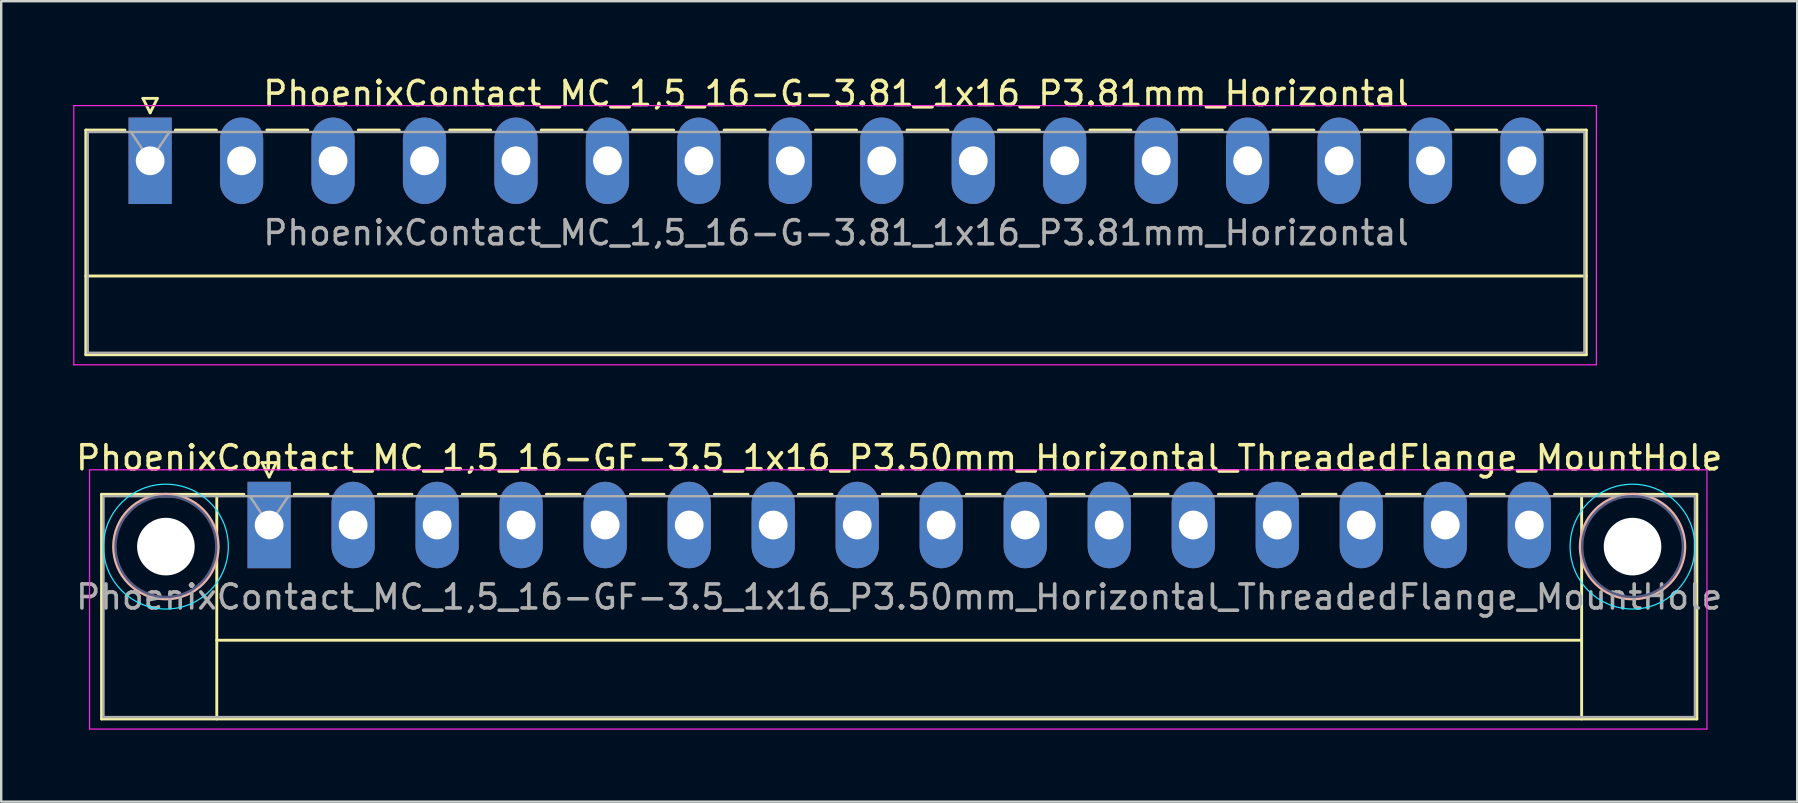
<source format=kicad_pcb>
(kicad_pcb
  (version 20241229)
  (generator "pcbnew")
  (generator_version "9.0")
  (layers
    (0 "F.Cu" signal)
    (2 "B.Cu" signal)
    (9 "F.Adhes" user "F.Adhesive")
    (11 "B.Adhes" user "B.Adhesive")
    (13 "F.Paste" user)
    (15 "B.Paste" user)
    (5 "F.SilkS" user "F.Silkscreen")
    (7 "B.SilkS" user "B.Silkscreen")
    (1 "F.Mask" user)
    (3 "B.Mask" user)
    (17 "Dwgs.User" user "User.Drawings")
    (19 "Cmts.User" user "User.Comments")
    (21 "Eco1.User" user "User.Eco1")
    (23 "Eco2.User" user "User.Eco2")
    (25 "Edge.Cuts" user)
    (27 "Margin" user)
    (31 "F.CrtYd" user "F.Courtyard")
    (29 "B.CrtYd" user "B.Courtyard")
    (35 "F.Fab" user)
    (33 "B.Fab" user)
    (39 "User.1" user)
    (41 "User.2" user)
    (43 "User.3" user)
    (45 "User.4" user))
  (footprint "PhoenixContact_MC_1,5_16-G-3.81_1x16_P3.81mm_Horizontal"
    (layer "F.Cu")
    (at 3.205 3.648)
    (property "Reference" "PhoenixContact_MC_1,5_16-G-3.81_1x16_P3.81mm_Horizontal" (at 28.575 -2.8 0) (layer "F.SilkS") (effects (font (size 1 1) (thickness 0.15))))
    (attr through_hole)
    (fp_line (start -2.68 -1.28) (end -2.68 8.08) (stroke (width 0.12) (type solid)) (layer "F.SilkS"))
    (fp_line (start -2.68 -1.28) (end -1.05 -1.28) (stroke (width 0.12) (type solid)) (layer "F.SilkS"))
    (fp_line (start -2.68 4.8) (end 59.83 4.8) (stroke (width 0.12) (type solid)) (layer "F.SilkS"))
    (fp_line (start -2.68 8.08) (end 59.83 8.08) (stroke (width 0.12) (type solid)) (layer "F.SilkS"))
    (fp_line (start -0.3 -2.6) (end 0.3 -2.6) (stroke (width 0.12) (type solid)) (layer "F.SilkS"))
    (fp_line (start 0 -2) (end -0.3 -2.6) (stroke (width 0.12) (type solid)) (layer "F.SilkS"))
    (fp_line (start 0.3 -2.6) (end 0 -2) (stroke (width 0.12) (type solid)) (layer "F.SilkS"))
    (fp_line (start 1.05 -1.28) (end 2.76 -1.28) (stroke (width 0.12) (type solid)) (layer "F.SilkS"))
    (fp_line (start 4.86 -1.28) (end 6.57 -1.28) (stroke (width 0.12) (type solid)) (layer "F.SilkS"))
    (fp_line (start 8.67 -1.28) (end 10.38 -1.28) (stroke (width 0.12) (type solid)) (layer "F.SilkS"))
    (fp_line (start 12.48 -1.28) (end 14.19 -1.28) (stroke (width 0.12) (type solid)) (layer "F.SilkS"))
    (fp_line (start 16.29 -1.28) (end 18 -1.28) (stroke (width 0.12) (type solid)) (layer "F.SilkS"))
    (fp_line (start 20.1 -1.28) (end 21.81 -1.28) (stroke (width 0.12) (type solid)) (layer "F.SilkS"))
    (fp_line (start 23.91 -1.28) (end 25.62 -1.28) (stroke (width 0.12) (type solid)) (layer "F.SilkS"))
    (fp_line (start 27.72 -1.28) (end 29.43 -1.28) (stroke (width 0.12) (type solid)) (layer "F.SilkS"))
    (fp_line (start 31.53 -1.28) (end 33.24 -1.28) (stroke (width 0.12) (type solid)) (layer "F.SilkS"))
    (fp_line (start 35.34 -1.28) (end 37.05 -1.28) (stroke (width 0.12) (type solid)) (layer "F.SilkS"))
    (fp_line (start 39.15 -1.28) (end 40.86 -1.28) (stroke (width 0.12) (type solid)) (layer "F.SilkS"))
    (fp_line (start 42.96 -1.28) (end 44.67 -1.28) (stroke (width 0.12) (type solid)) (layer "F.SilkS"))
    (fp_line (start 46.77 -1.28) (end 48.48 -1.28) (stroke (width 0.12) (type solid)) (layer "F.SilkS"))
    (fp_line (start 50.58 -1.28) (end 52.29 -1.28) (stroke (width 0.12) (type solid)) (layer "F.SilkS"))
    (fp_line (start 54.39 -1.28) (end 56.1 -1.28) (stroke (width 0.12) (type solid)) (layer "F.SilkS"))
    (fp_line (start 59.83 -1.28) (end 58.2 -1.28) (stroke (width 0.12) (type solid)) (layer "F.SilkS"))
    (fp_line (start 59.83 8.08) (end 59.83 -1.28) (stroke (width 0.12) (type solid)) (layer "F.SilkS"))
    (fp_line (start -3.18 -2.3) (end -3.18 8.5) (stroke (width 0.05) (type solid)) (layer "F.CrtYd"))
    (fp_line (start -3.18 8.5) (end 60.25 8.5) (stroke (width 0.05) (type solid)) (layer "F.CrtYd"))
    (fp_line (start 60.25 -2.3) (end -3.18 -2.3) (stroke (width 0.05) (type solid)) (layer "F.CrtYd"))
    (fp_line (start 60.25 8.5) (end 60.25 -2.3) (stroke (width 0.05) (type solid)) (layer "F.CrtYd"))
    (fp_line (start -2.6 -1.2) (end -2.6 8) (stroke (width 0.1) (type solid)) (layer "F.Fab"))
    (fp_line (start -2.6 8) (end 59.75 8) (stroke (width 0.1) (type solid)) (layer "F.Fab"))
    (fp_line (start 0 0) (end -0.8 -1.2) (stroke (width 0.1) (type solid)) (layer "F.Fab"))
    (fp_line (start 0.8 -1.2) (end 0 0) (stroke (width 0.1) (type solid)) (layer "F.Fab"))
    (fp_line (start 59.75 -1.2) (end -2.6 -1.2) (stroke (width 0.1) (type solid)) (layer "F.Fab"))
    (fp_line (start 59.75 8) (end 59.75 -1.2) (stroke (width 0.1) (type solid)) (layer "F.Fab"))
    (fp_text user "${REFERENCE}" (at 28.575 3 0) (layer "F.Fab") (effects (font (size 1 1) (thickness 0.15))))
    (pad "1" thru_hole rect (at 0 0) (size 1.8 3.6) (drill 1.2) (layers "*.Cu" "*.Mask"))
    (pad "2" thru_hole oval (at 3.81 0) (size 1.8 3.6) (drill 1.2) (layers "*.Cu" "*.Mask"))
    (pad "3" thru_hole oval (at 7.62 0) (size 1.8 3.6) (drill 1.2) (layers "*.Cu" "*.Mask"))
    (pad "4" thru_hole oval (at 11.43 0) (size 1.8 3.6) (drill 1.2) (layers "*.Cu" "*.Mask"))
    (pad "5" thru_hole oval (at 15.24 0) (size 1.8 3.6) (drill 1.2) (layers "*.Cu" "*.Mask"))
    (pad "6" thru_hole oval (at 19.05 0) (size 1.8 3.6) (drill 1.2) (layers "*.Cu" "*.Mask"))
    (pad "7" thru_hole oval (at 22.86 0) (size 1.8 3.6) (drill 1.2) (layers "*.Cu" "*.Mask"))
    (pad "8" thru_hole oval (at 26.67 0) (size 1.8 3.6) (drill 1.2) (layers "*.Cu" "*.Mask"))
    (pad "9" thru_hole oval (at 30.48 0) (size 1.8 3.6) (drill 1.2) (layers "*.Cu" "*.Mask"))
    (pad "10" thru_hole oval (at 34.29 0) (size 1.8 3.6) (drill 1.2) (layers "*.Cu" "*.Mask"))
    (pad "11" thru_hole oval (at 38.1 0) (size 1.8 3.6) (drill 1.2) (layers "*.Cu" "*.Mask"))
    (pad "12" thru_hole oval (at 41.91 0) (size 1.8 3.6) (drill 1.2) (layers "*.Cu" "*.Mask"))
    (pad "13" thru_hole oval (at 45.72 0) (size 1.8 3.6) (drill 1.2) (layers "*.Cu" "*.Mask"))
    (pad "14" thru_hole oval (at 49.53 0) (size 1.8 3.6) (drill 1.2) (layers "*.Cu" "*.Mask"))
    (pad "15" thru_hole oval (at 53.34 0) (size 1.8 3.6) (drill 1.2) (layers "*.Cu" "*.Mask"))
    (pad "16" thru_hole oval (at 57.15 0) (size 1.8 3.6) (drill 1.2) (layers "*.Cu" "*.Mask")))
  (footprint "PhoenixContact_MC_1,5_16-GF-3.5_1x16_P3.50mm_Horizontal_ThreadedFlange_MountHole"
    (layer "F.Cu")
    (at 8.161 18.822)
    (property "Reference" "PhoenixContact_MC_1,5_16-GF-3.5_1x16_P3.50mm_Horizontal_ThreadedFlange_MountHole" (at 26.25 -2.8 0) (layer "F.SilkS") (effects (font (size 1 1) (thickness 0.15))))
    (attr through_hole)
    (fp_line (start -6.98 -1.28) (end -6.98 8.08) (stroke (width 0.12) (type solid)) (layer "F.SilkS"))
    (fp_line (start -6.98 -1.28) (end -1.05 -1.28) (stroke (width 0.12) (type solid)) (layer "F.SilkS"))
    (fp_line (start -6.98 8.08) (end 59.48 8.08) (stroke (width 0.12) (type solid)) (layer "F.SilkS"))
    (fp_line (start -2.18 -1.28) (end -2.18 8.08) (stroke (width 0.12) (type solid)) (layer "F.SilkS"))
    (fp_line (start -2.18 4.8) (end 54.68 4.8) (stroke (width 0.12) (type solid)) (layer "F.SilkS"))
    (fp_line (start -0.3 -2.6) (end 0.3 -2.6) (stroke (width 0.12) (type solid)) (layer "F.SilkS"))
    (fp_line (start 0 -2) (end -0.3 -2.6) (stroke (width 0.12) (type solid)) (layer "F.SilkS"))
    (fp_line (start 0.3 -2.6) (end 0 -2) (stroke (width 0.12) (type solid)) (layer "F.SilkS"))
    (fp_line (start 1.05 -1.28) (end 2.45 -1.28) (stroke (width 0.12) (type solid)) (layer "F.SilkS"))
    (fp_line (start 4.55 -1.28) (end 5.95 -1.28) (stroke (width 0.12) (type solid)) (layer "F.SilkS"))
    (fp_line (start 8.05 -1.28) (end 9.45 -1.28) (stroke (width 0.12) (type solid)) (layer "F.SilkS"))
    (fp_line (start 11.55 -1.28) (end 12.95 -1.28) (stroke (width 0.12) (type solid)) (layer "F.SilkS"))
    (fp_line (start 15.05 -1.28) (end 16.45 -1.28) (stroke (width 0.12) (type solid)) (layer "F.SilkS"))
    (fp_line (start 18.55 -1.28) (end 19.95 -1.28) (stroke (width 0.12) (type solid)) (layer "F.SilkS"))
    (fp_line (start 22.05 -1.28) (end 23.45 -1.28) (stroke (width 0.12) (type solid)) (layer "F.SilkS"))
    (fp_line (start 25.55 -1.28) (end 26.95 -1.28) (stroke (width 0.12) (type solid)) (layer "F.SilkS"))
    (fp_line (start 29.05 -1.28) (end 30.45 -1.28) (stroke (width 0.12) (type solid)) (layer "F.SilkS"))
    (fp_line (start 32.55 -1.28) (end 33.95 -1.28) (stroke (width 0.12) (type solid)) (layer "F.SilkS"))
    (fp_line (start 36.05 -1.28) (end 37.45 -1.28) (stroke (width 0.12) (type solid)) (layer "F.SilkS"))
    (fp_line (start 39.55 -1.28) (end 40.95 -1.28) (stroke (width 0.12) (type solid)) (layer "F.SilkS"))
    (fp_line (start 43.05 -1.28) (end 44.45 -1.28) (stroke (width 0.12) (type solid)) (layer "F.SilkS"))
    (fp_line (start 46.55 -1.28) (end 47.95 -1.28) (stroke (width 0.12) (type solid)) (layer "F.SilkS"))
    (fp_line (start 50.05 -1.28) (end 51.45 -1.28) (stroke (width 0.12) (type solid)) (layer "F.SilkS"))
    (fp_line (start 54.68 -1.28) (end 54.68 8.08) (stroke (width 0.12) (type solid)) (layer "F.SilkS"))
    (fp_line (start 59.48 -1.28) (end 53.55 -1.28) (stroke (width 0.12) (type solid)) (layer "F.SilkS"))
    (fp_line (start 59.48 8.08) (end 59.48 -1.28) (stroke (width 0.12) (type solid)) (layer "F.SilkS"))
    (fp_circle (center -4.3 0.9) (end -2.12 0.9) (stroke (width 0.12) (type solid)) (fill no) (layer "B.SilkS"))
    (fp_circle (center 56.8 0.9) (end 58.98 0.9) (stroke (width 0.12) (type solid)) (fill no) (layer "B.SilkS"))
    (fp_circle (center -4.3 0.9) (end -1.7 0.9) (stroke (width 0.05) (type solid)) (fill no) (layer "B.CrtYd"))
    (fp_circle (center 56.8 0.9) (end 59.4 0.9) (stroke (width 0.05) (type solid)) (fill no) (layer "B.CrtYd"))
    (fp_line (start -7.48 -2.3) (end -7.48 8.5) (stroke (width 0.05) (type solid)) (layer "F.CrtYd"))
    (fp_line (start -7.48 8.5) (end 59.9 8.5) (stroke (width 0.05) (type solid)) (layer "F.CrtYd"))
    (fp_line (start 59.9 -2.3) (end -7.48 -2.3) (stroke (width 0.05) (type solid)) (layer "F.CrtYd"))
    (fp_line (start 59.9 8.5) (end 59.9 -2.3) (stroke (width 0.05) (type solid)) (layer "F.CrtYd"))
    (fp_circle (center -4.3 0.9) (end -2.2 0.9) (stroke (width 0.1) (type solid)) (fill no) (layer "B.Fab"))
    (fp_circle (center 56.8 0.9) (end 58.9 0.9) (stroke (width 0.1) (type solid)) (fill no) (layer "B.Fab"))
    (fp_line (start -6.9 -1.2) (end -6.9 8) (stroke (width 0.1) (type solid)) (layer "F.Fab"))
    (fp_line (start -6.9 8) (end 59.4 8) (stroke (width 0.1) (type solid)) (layer "F.Fab"))
    (fp_line (start 0 0) (end -0.8 -1.2) (stroke (width 0.1) (type solid)) (layer "F.Fab"))
    (fp_line (start 0.8 -1.2) (end 0 0) (stroke (width 0.1) (type solid)) (layer "F.Fab"))
    (fp_line (start 59.4 -1.2) (end -6.9 -1.2) (stroke (width 0.1) (type solid)) (layer "F.Fab"))
    (fp_line (start 59.4 8) (end 59.4 -1.2) (stroke (width 0.1) (type solid)) (layer "F.Fab"))
    (fp_text user "${REFERENCE}" (at 26.25 3 0) (layer "F.Fab") (effects (font (size 1 1) (thickness 0.15))))
    (pad "" np_thru_hole circle (at -4.3 0.9) (size 2.4 2.4) (drill 2.4) (layers "*.Cu" "*.Mask"))
    (pad "" np_thru_hole circle (at 56.8 0.9) (size 2.4 2.4) (drill 2.4) (layers "*.Cu" "*.Mask"))
    (pad "1" thru_hole rect (at 0 0) (size 1.8 3.6) (drill 1.2) (layers "*.Cu" "*.Mask"))
    (pad "2" thru_hole oval (at 3.5 0) (size 1.8 3.6) (drill 1.2) (layers "*.Cu" "*.Mask"))
    (pad "3" thru_hole oval (at 7 0) (size 1.8 3.6) (drill 1.2) (layers "*.Cu" "*.Mask"))
    (pad "4" thru_hole oval (at 10.5 0) (size 1.8 3.6) (drill 1.2) (layers "*.Cu" "*.Mask"))
    (pad "5" thru_hole oval (at 14 0) (size 1.8 3.6) (drill 1.2) (layers "*.Cu" "*.Mask"))
    (pad "6" thru_hole oval (at 17.5 0) (size 1.8 3.6) (drill 1.2) (layers "*.Cu" "*.Mask"))
    (pad "7" thru_hole oval (at 21 0) (size 1.8 3.6) (drill 1.2) (layers "*.Cu" "*.Mask"))
    (pad "8" thru_hole oval (at 24.5 0) (size 1.8 3.6) (drill 1.2) (layers "*.Cu" "*.Mask"))
    (pad "9" thru_hole oval (at 28 0) (size 1.8 3.6) (drill 1.2) (layers "*.Cu" "*.Mask"))
    (pad "10" thru_hole oval (at 31.5 0) (size 1.8 3.6) (drill 1.2) (layers "*.Cu" "*.Mask"))
    (pad "11" thru_hole oval (at 35 0) (size 1.8 3.6) (drill 1.2) (layers "*.Cu" "*.Mask"))
    (pad "12" thru_hole oval (at 38.5 0) (size 1.8 3.6) (drill 1.2) (layers "*.Cu" "*.Mask"))
    (pad "13" thru_hole oval (at 42 0) (size 1.8 3.6) (drill 1.2) (layers "*.Cu" "*.Mask"))
    (pad "14" thru_hole oval (at 45.5 0) (size 1.8 3.6) (drill 1.2) (layers "*.Cu" "*.Mask"))
    (pad "15" thru_hole oval (at 49 0) (size 1.8 3.6) (drill 1.2) (layers "*.Cu" "*.Mask"))
    (pad "16" thru_hole oval (at 52.5 0) (size 1.8 3.6) (drill 1.2) (layers "*.Cu" "*.Mask")))
  (gr_rect
    (start -3 -3)
    (end 71.821 30.346)
    (stroke (width 0.1) (type default))
    (fill no)
    (layer "Edge.Cuts")))
</source>
